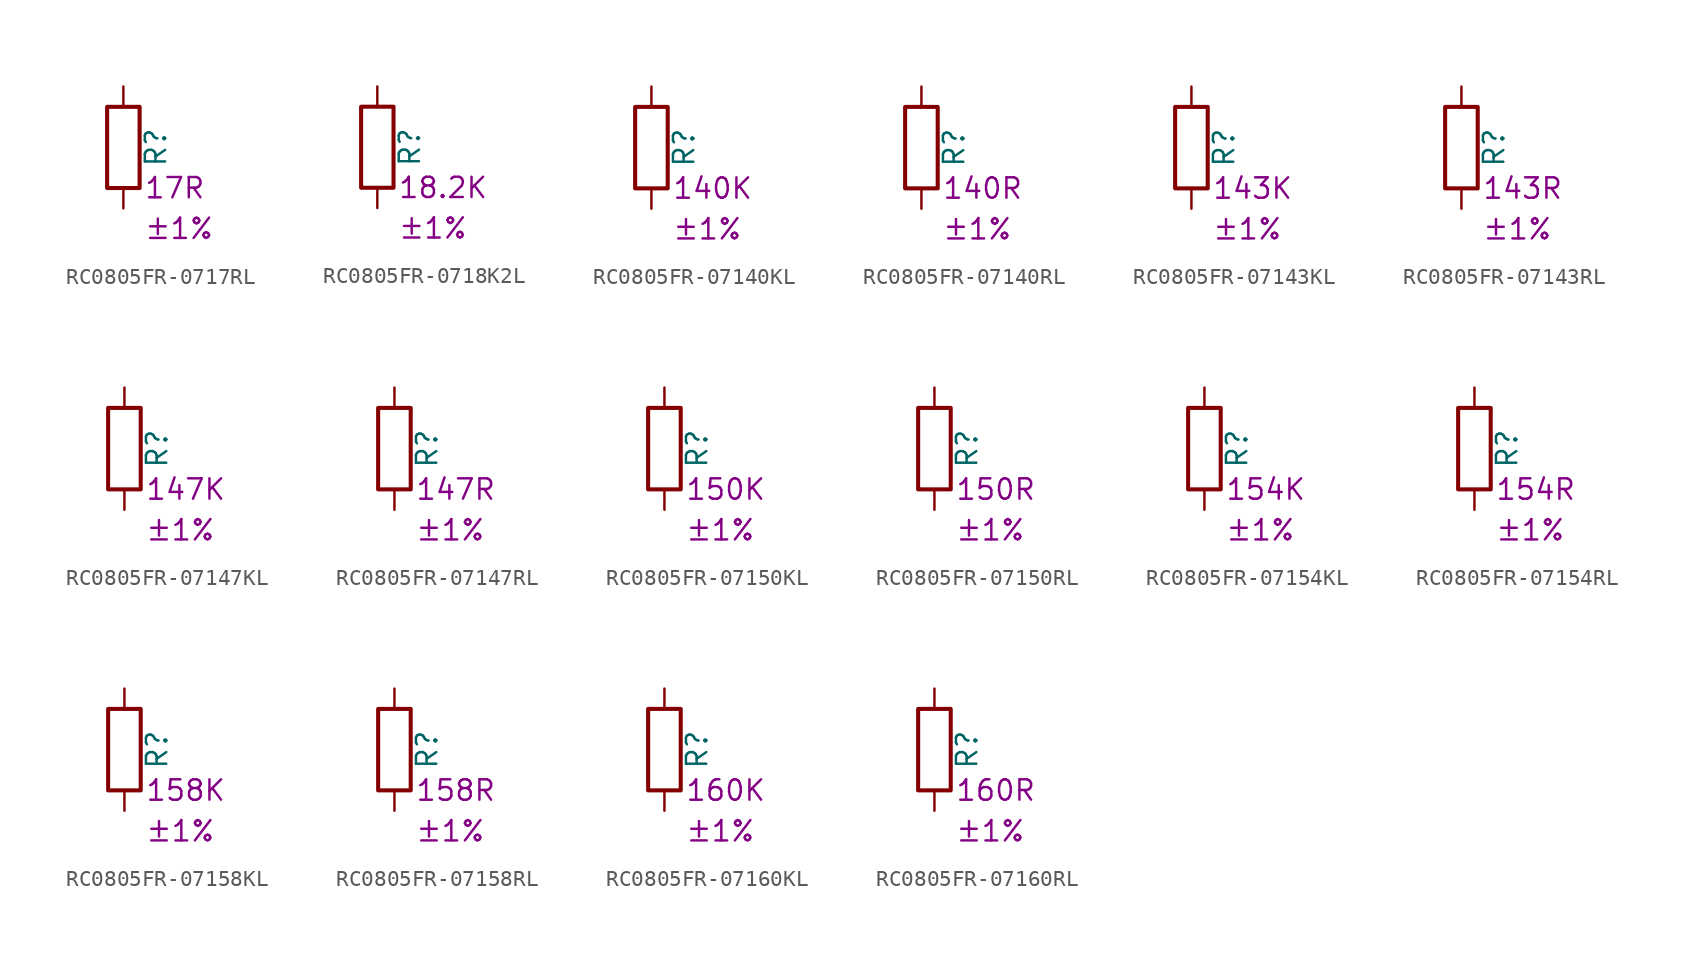
<source format=kicad_sym>
(kicad_symbol_lib
  (version 20220914)
  (generator kicad_symbol_editor)
  (symbol "RC0805FR-0717RL"
    (pin_numbers hide)
    (pin_names
      (offset 0))
    (property "Reference" "R"
      (at 2.032 0 90)
      (effects (font (size 1.27 1.27))))
    (property "Resistance" "17R"
      (at 1.27 -2.54 0)
      (effects (font (size 1.27 1.27)) (justify left)))
    (property "Tolerance" "±1%"
      (at 1.27 -5.08 0)
      (effects (font (size 1.27 1.27)) (justify left)))
    (symbol "RC0805FR-0717RL_0_1"
      (rectangle (start -1.016 -2.54) (end 1.016 2.54) (stroke (width 0.254) (type default)) (fill (type none))))
    (symbol "RC0805FR-0717RL_1_1"
      (pin passive line (at 0 3.81 270) (length 1.27) (name "~" (effects (font (size 1.27 1.27)))) (number "1" (effects (font (size 1.27 1.27)))))
      (pin passive line (at 0 -3.81 90) (length 1.27) (name "~" (effects (font (size 1.27 1.27)))) (number "2" (effects (font (size 1.27 1.27)))))))
  (symbol "RC0805FR-0718K2L"
    (pin_numbers hide)
    (pin_names
      (offset 0))
    (property "Reference" "R"
      (at 2.032 0 90)
      (effects (font (size 1.27 1.27))))
    (property "Resistance" "18.2K"
      (at 1.27 -2.54 0)
      (effects (font (size 1.27 1.27)) (justify left)))
    (property "Tolerance" "±1%"
      (at 1.27 -5.08 0)
      (effects (font (size 1.27 1.27)) (justify left)))
    (symbol "RC0805FR-0718K2L_0_1"
      (rectangle (start -1.016 -2.54) (end 1.016 2.54) (stroke (width 0.254) (type default)) (fill (type none))))
    (symbol "RC0805FR-0718K2L_1_1"
      (pin passive line (at 0 3.81 270) (length 1.27) (name "~" (effects (font (size 1.27 1.27)))) (number "1" (effects (font (size 1.27 1.27)))))
      (pin passive line (at 0 -3.81 90) (length 1.27) (name "~" (effects (font (size 1.27 1.27)))) (number "2" (effects (font (size 1.27 1.27)))))))
  (symbol "RC0805FR-07140KL"
    (pin_numbers hide)
    (pin_names
      (offset 0))
    (property "Reference" "R"
      (at 2.032 0 90)
      (effects (font (size 1.27 1.27))))
    (property "Resistance" "140K"
      (at 1.27 -2.54 0)
      (effects (font (size 1.27 1.27)) (justify left)))
    (property "Tolerance" "±1%"
      (at 1.27 -5.08 0)
      (effects (font (size 1.27 1.27)) (justify left)))
    (symbol "RC0805FR-07140KL_0_1"
      (rectangle (start -1.016 -2.54) (end 1.016 2.54) (stroke (width 0.254) (type default)) (fill (type none))))
    (symbol "RC0805FR-07140KL_1_1"
      (pin passive line (at 0 3.81 270) (length 1.27) (name "~" (effects (font (size 1.27 1.27)))) (number "1" (effects (font (size 1.27 1.27)))))
      (pin passive line (at 0 -3.81 90) (length 1.27) (name "~" (effects (font (size 1.27 1.27)))) (number "2" (effects (font (size 1.27 1.27)))))))
  (symbol "RC0805FR-07140RL"
    (pin_numbers hide)
    (pin_names
      (offset 0))
    (property "Reference" "R"
      (at 2.032 0 90)
      (effects (font (size 1.27 1.27))))
    (property "Resistance" "140R"
      (at 1.27 -2.54 0)
      (effects (font (size 1.27 1.27)) (justify left)))
    (property "Tolerance" "±1%"
      (at 1.27 -5.08 0)
      (effects (font (size 1.27 1.27)) (justify left)))
    (symbol "RC0805FR-07140RL_0_1"
      (rectangle (start -1.016 -2.54) (end 1.016 2.54) (stroke (width 0.254) (type default)) (fill (type none))))
    (symbol "RC0805FR-07140RL_1_1"
      (pin passive line (at 0 3.81 270) (length 1.27) (name "~" (effects (font (size 1.27 1.27)))) (number "1" (effects (font (size 1.27 1.27)))))
      (pin passive line (at 0 -3.81 90) (length 1.27) (name "~" (effects (font (size 1.27 1.27)))) (number "2" (effects (font (size 1.27 1.27)))))))
  (symbol "RC0805FR-07143KL"
    (pin_numbers hide)
    (pin_names
      (offset 0))
    (property "Reference" "R"
      (at 2.032 0 90)
      (effects (font (size 1.27 1.27))))
    (property "Resistance" "143K"
      (at 1.27 -2.54 0)
      (effects (font (size 1.27 1.27)) (justify left)))
    (property "Tolerance" "±1%"
      (at 1.27 -5.08 0)
      (effects (font (size 1.27 1.27)) (justify left)))
    (symbol "RC0805FR-07143KL_0_1"
      (rectangle (start -1.016 -2.54) (end 1.016 2.54) (stroke (width 0.254) (type default)) (fill (type none))))
    (symbol "RC0805FR-07143KL_1_1"
      (pin passive line (at 0 3.81 270) (length 1.27) (name "~" (effects (font (size 1.27 1.27)))) (number "1" (effects (font (size 1.27 1.27)))))
      (pin passive line (at 0 -3.81 90) (length 1.27) (name "~" (effects (font (size 1.27 1.27)))) (number "2" (effects (font (size 1.27 1.27)))))))
  (symbol "RC0805FR-07143RL"
    (pin_numbers hide)
    (pin_names
      (offset 0))
    (property "Reference" "R"
      (at 2.032 0 90)
      (effects (font (size 1.27 1.27))))
    (property "Resistance" "143R"
      (at 1.27 -2.54 0)
      (effects (font (size 1.27 1.27)) (justify left)))
    (property "Tolerance" "±1%"
      (at 1.27 -5.08 0)
      (effects (font (size 1.27 1.27)) (justify left)))
    (symbol "RC0805FR-07143RL_0_1"
      (rectangle (start -1.016 -2.54) (end 1.016 2.54) (stroke (width 0.254) (type default)) (fill (type none))))
    (symbol "RC0805FR-07143RL_1_1"
      (pin passive line (at 0 3.81 270) (length 1.27) (name "~" (effects (font (size 1.27 1.27)))) (number "1" (effects (font (size 1.27 1.27)))))
      (pin passive line (at 0 -3.81 90) (length 1.27) (name "~" (effects (font (size 1.27 1.27)))) (number "2" (effects (font (size 1.27 1.27)))))))
  (symbol "RC0805FR-07147KL"
    (pin_numbers hide)
    (pin_names
      (offset 0))
    (property "Reference" "R"
      (at 2.032 0 90)
      (effects (font (size 1.27 1.27))))
    (property "Resistance" "147K"
      (at 1.27 -2.54 0)
      (effects (font (size 1.27 1.27)) (justify left)))
    (property "Tolerance" "±1%"
      (at 1.27 -5.08 0)
      (effects (font (size 1.27 1.27)) (justify left)))
    (symbol "RC0805FR-07147KL_0_1"
      (rectangle (start -1.016 -2.54) (end 1.016 2.54) (stroke (width 0.254) (type default)) (fill (type none))))
    (symbol "RC0805FR-07147KL_1_1"
      (pin passive line (at 0 3.81 270) (length 1.27) (name "~" (effects (font (size 1.27 1.27)))) (number "1" (effects (font (size 1.27 1.27)))))
      (pin passive line (at 0 -3.81 90) (length 1.27) (name "~" (effects (font (size 1.27 1.27)))) (number "2" (effects (font (size 1.27 1.27)))))))
  (symbol "RC0805FR-07147RL"
    (pin_numbers hide)
    (pin_names
      (offset 0))
    (property "Reference" "R"
      (at 2.032 0 90)
      (effects (font (size 1.27 1.27))))
    (property "Resistance" "147R"
      (at 1.27 -2.54 0)
      (effects (font (size 1.27 1.27)) (justify left)))
    (property "Tolerance" "±1%"
      (at 1.27 -5.08 0)
      (effects (font (size 1.27 1.27)) (justify left)))
    (symbol "RC0805FR-07147RL_0_1"
      (rectangle (start -1.016 -2.54) (end 1.016 2.54) (stroke (width 0.254) (type default)) (fill (type none))))
    (symbol "RC0805FR-07147RL_1_1"
      (pin passive line (at 0 3.81 270) (length 1.27) (name "~" (effects (font (size 1.27 1.27)))) (number "1" (effects (font (size 1.27 1.27)))))
      (pin passive line (at 0 -3.81 90) (length 1.27) (name "~" (effects (font (size 1.27 1.27)))) (number "2" (effects (font (size 1.27 1.27)))))))
  (symbol "RC0805FR-07150KL"
    (pin_numbers hide)
    (pin_names
      (offset 0))
    (property "Reference" "R"
      (at 2.032 0 90)
      (effects (font (size 1.27 1.27))))
    (property "Resistance" "150K"
      (at 1.27 -2.54 0)
      (effects (font (size 1.27 1.27)) (justify left)))
    (property "Tolerance" "±1%"
      (at 1.27 -5.08 0)
      (effects (font (size 1.27 1.27)) (justify left)))
    (symbol "RC0805FR-07150KL_0_1"
      (rectangle (start -1.016 -2.54) (end 1.016 2.54) (stroke (width 0.254) (type default)) (fill (type none))))
    (symbol "RC0805FR-07150KL_1_1"
      (pin passive line (at 0 3.81 270) (length 1.27) (name "~" (effects (font (size 1.27 1.27)))) (number "1" (effects (font (size 1.27 1.27)))))
      (pin passive line (at 0 -3.81 90) (length 1.27) (name "~" (effects (font (size 1.27 1.27)))) (number "2" (effects (font (size 1.27 1.27)))))))
  (symbol "RC0805FR-07150RL"
    (pin_numbers hide)
    (pin_names
      (offset 0))
    (property "Reference" "R"
      (at 2.032 0 90)
      (effects (font (size 1.27 1.27))))
    (property "Resistance" "150R"
      (at 1.27 -2.54 0)
      (effects (font (size 1.27 1.27)) (justify left)))
    (property "Tolerance" "±1%"
      (at 1.27 -5.08 0)
      (effects (font (size 1.27 1.27)) (justify left)))
    (symbol "RC0805FR-07150RL_0_1"
      (rectangle (start -1.016 -2.54) (end 1.016 2.54) (stroke (width 0.254) (type default)) (fill (type none))))
    (symbol "RC0805FR-07150RL_1_1"
      (pin passive line (at 0 3.81 270) (length 1.27) (name "~" (effects (font (size 1.27 1.27)))) (number "1" (effects (font (size 1.27 1.27)))))
      (pin passive line (at 0 -3.81 90) (length 1.27) (name "~" (effects (font (size 1.27 1.27)))) (number "2" (effects (font (size 1.27 1.27)))))))
  (symbol "RC0805FR-07154KL"
    (pin_numbers hide)
    (pin_names
      (offset 0))
    (property "Reference" "R"
      (at 2.032 0 90)
      (effects (font (size 1.27 1.27))))
    (property "Resistance" "154K"
      (at 1.27 -2.54 0)
      (effects (font (size 1.27 1.27)) (justify left)))
    (property "Tolerance" "±1%"
      (at 1.27 -5.08 0)
      (effects (font (size 1.27 1.27)) (justify left)))
    (symbol "RC0805FR-07154KL_0_1"
      (rectangle (start -1.016 -2.54) (end 1.016 2.54) (stroke (width 0.254) (type default)) (fill (type none))))
    (symbol "RC0805FR-07154KL_1_1"
      (pin passive line (at 0 3.81 270) (length 1.27) (name "~" (effects (font (size 1.27 1.27)))) (number "1" (effects (font (size 1.27 1.27)))))
      (pin passive line (at 0 -3.81 90) (length 1.27) (name "~" (effects (font (size 1.27 1.27)))) (number "2" (effects (font (size 1.27 1.27)))))))
  (symbol "RC0805FR-07154RL"
    (pin_numbers hide)
    (pin_names
      (offset 0))
    (property "Reference" "R"
      (at 2.032 0 90)
      (effects (font (size 1.27 1.27))))
    (property "Resistance" "154R"
      (at 1.27 -2.54 0)
      (effects (font (size 1.27 1.27)) (justify left)))
    (property "Tolerance" "±1%"
      (at 1.27 -5.08 0)
      (effects (font (size 1.27 1.27)) (justify left)))
    (symbol "RC0805FR-07154RL_0_1"
      (rectangle (start -1.016 -2.54) (end 1.016 2.54) (stroke (width 0.254) (type default)) (fill (type none))))
    (symbol "RC0805FR-07154RL_1_1"
      (pin passive line (at 0 3.81 270) (length 1.27) (name "~" (effects (font (size 1.27 1.27)))) (number "1" (effects (font (size 1.27 1.27)))))
      (pin passive line (at 0 -3.81 90) (length 1.27) (name "~" (effects (font (size 1.27 1.27)))) (number "2" (effects (font (size 1.27 1.27)))))))
  (symbol "RC0805FR-07158KL"
    (pin_numbers hide)
    (pin_names
      (offset 0))
    (property "Reference" "R"
      (at 2.032 0 90)
      (effects (font (size 1.27 1.27))))
    (property "Resistance" "158K"
      (at 1.27 -2.54 0)
      (effects (font (size 1.27 1.27)) (justify left)))
    (property "Tolerance" "±1%"
      (at 1.27 -5.08 0)
      (effects (font (size 1.27 1.27)) (justify left)))
    (symbol "RC0805FR-07158KL_0_1"
      (rectangle (start -1.016 -2.54) (end 1.016 2.54) (stroke (width 0.254) (type default)) (fill (type none))))
    (symbol "RC0805FR-07158KL_1_1"
      (pin passive line (at 0 3.81 270) (length 1.27) (name "~" (effects (font (size 1.27 1.27)))) (number "1" (effects (font (size 1.27 1.27)))))
      (pin passive line (at 0 -3.81 90) (length 1.27) (name "~" (effects (font (size 1.27 1.27)))) (number "2" (effects (font (size 1.27 1.27)))))))
  (symbol "RC0805FR-07158RL"
    (pin_numbers hide)
    (pin_names
      (offset 0))
    (property "Reference" "R"
      (at 2.032 0 90)
      (effects (font (size 1.27 1.27))))
    (property "Resistance" "158R"
      (at 1.27 -2.54 0)
      (effects (font (size 1.27 1.27)) (justify left)))
    (property "Tolerance" "±1%"
      (at 1.27 -5.08 0)
      (effects (font (size 1.27 1.27)) (justify left)))
    (symbol "RC0805FR-07158RL_0_1"
      (rectangle (start -1.016 -2.54) (end 1.016 2.54) (stroke (width 0.254) (type default)) (fill (type none))))
    (symbol "RC0805FR-07158RL_1_1"
      (pin passive line (at 0 3.81 270) (length 1.27) (name "~" (effects (font (size 1.27 1.27)))) (number "1" (effects (font (size 1.27 1.27)))))
      (pin passive line (at 0 -3.81 90) (length 1.27) (name "~" (effects (font (size 1.27 1.27)))) (number "2" (effects (font (size 1.27 1.27)))))))
  (symbol "RC0805FR-07160KL"
    (pin_numbers hide)
    (pin_names
      (offset 0))
    (property "Reference" "R"
      (at 2.032 0 90)
      (effects (font (size 1.27 1.27))))
    (property "Resistance" "160K"
      (at 1.27 -2.54 0)
      (effects (font (size 1.27 1.27)) (justify left)))
    (property "Tolerance" "±1%"
      (at 1.27 -5.08 0)
      (effects (font (size 1.27 1.27)) (justify left)))
    (symbol "RC0805FR-07160KL_0_1"
      (rectangle (start -1.016 -2.54) (end 1.016 2.54) (stroke (width 0.254) (type default)) (fill (type none))))
    (symbol "RC0805FR-07160KL_1_1"
      (pin passive line (at 0 3.81 270) (length 1.27) (name "~" (effects (font (size 1.27 1.27)))) (number "1" (effects (font (size 1.27 1.27)))))
      (pin passive line (at 0 -3.81 90) (length 1.27) (name "~" (effects (font (size 1.27 1.27)))) (number "2" (effects (font (size 1.27 1.27)))))))
  (symbol "RC0805FR-07160RL"
    (pin_numbers hide)
    (pin_names
      (offset 0))
    (property "Reference" "R"
      (at 2.032 0 90)
      (effects (font (size 1.27 1.27))))
    (property "Resistance" "160R"
      (at 1.27 -2.54 0)
      (effects (font (size 1.27 1.27)) (justify left)))
    (property "Tolerance" "±1%"
      (at 1.27 -5.08 0)
      (effects (font (size 1.27 1.27)) (justify left)))
    (symbol "RC0805FR-07160RL_0_1"
      (rectangle (start -1.016 -2.54) (end 1.016 2.54) (stroke (width 0.254) (type default)) (fill (type none))))
    (symbol "RC0805FR-07160RL_1_1"
      (pin passive line (at 0 3.81 270) (length 1.27) (name "~" (effects (font (size 1.27 1.27)))) (number "1" (effects (font (size 1.27 1.27)))))
      (pin passive line (at 0 -3.81 90) (length 1.27) (name "~" (effects (font (size 1.27 1.27)))) (number "2" (effects (font (size 1.27 1.27))))))))
</source>
